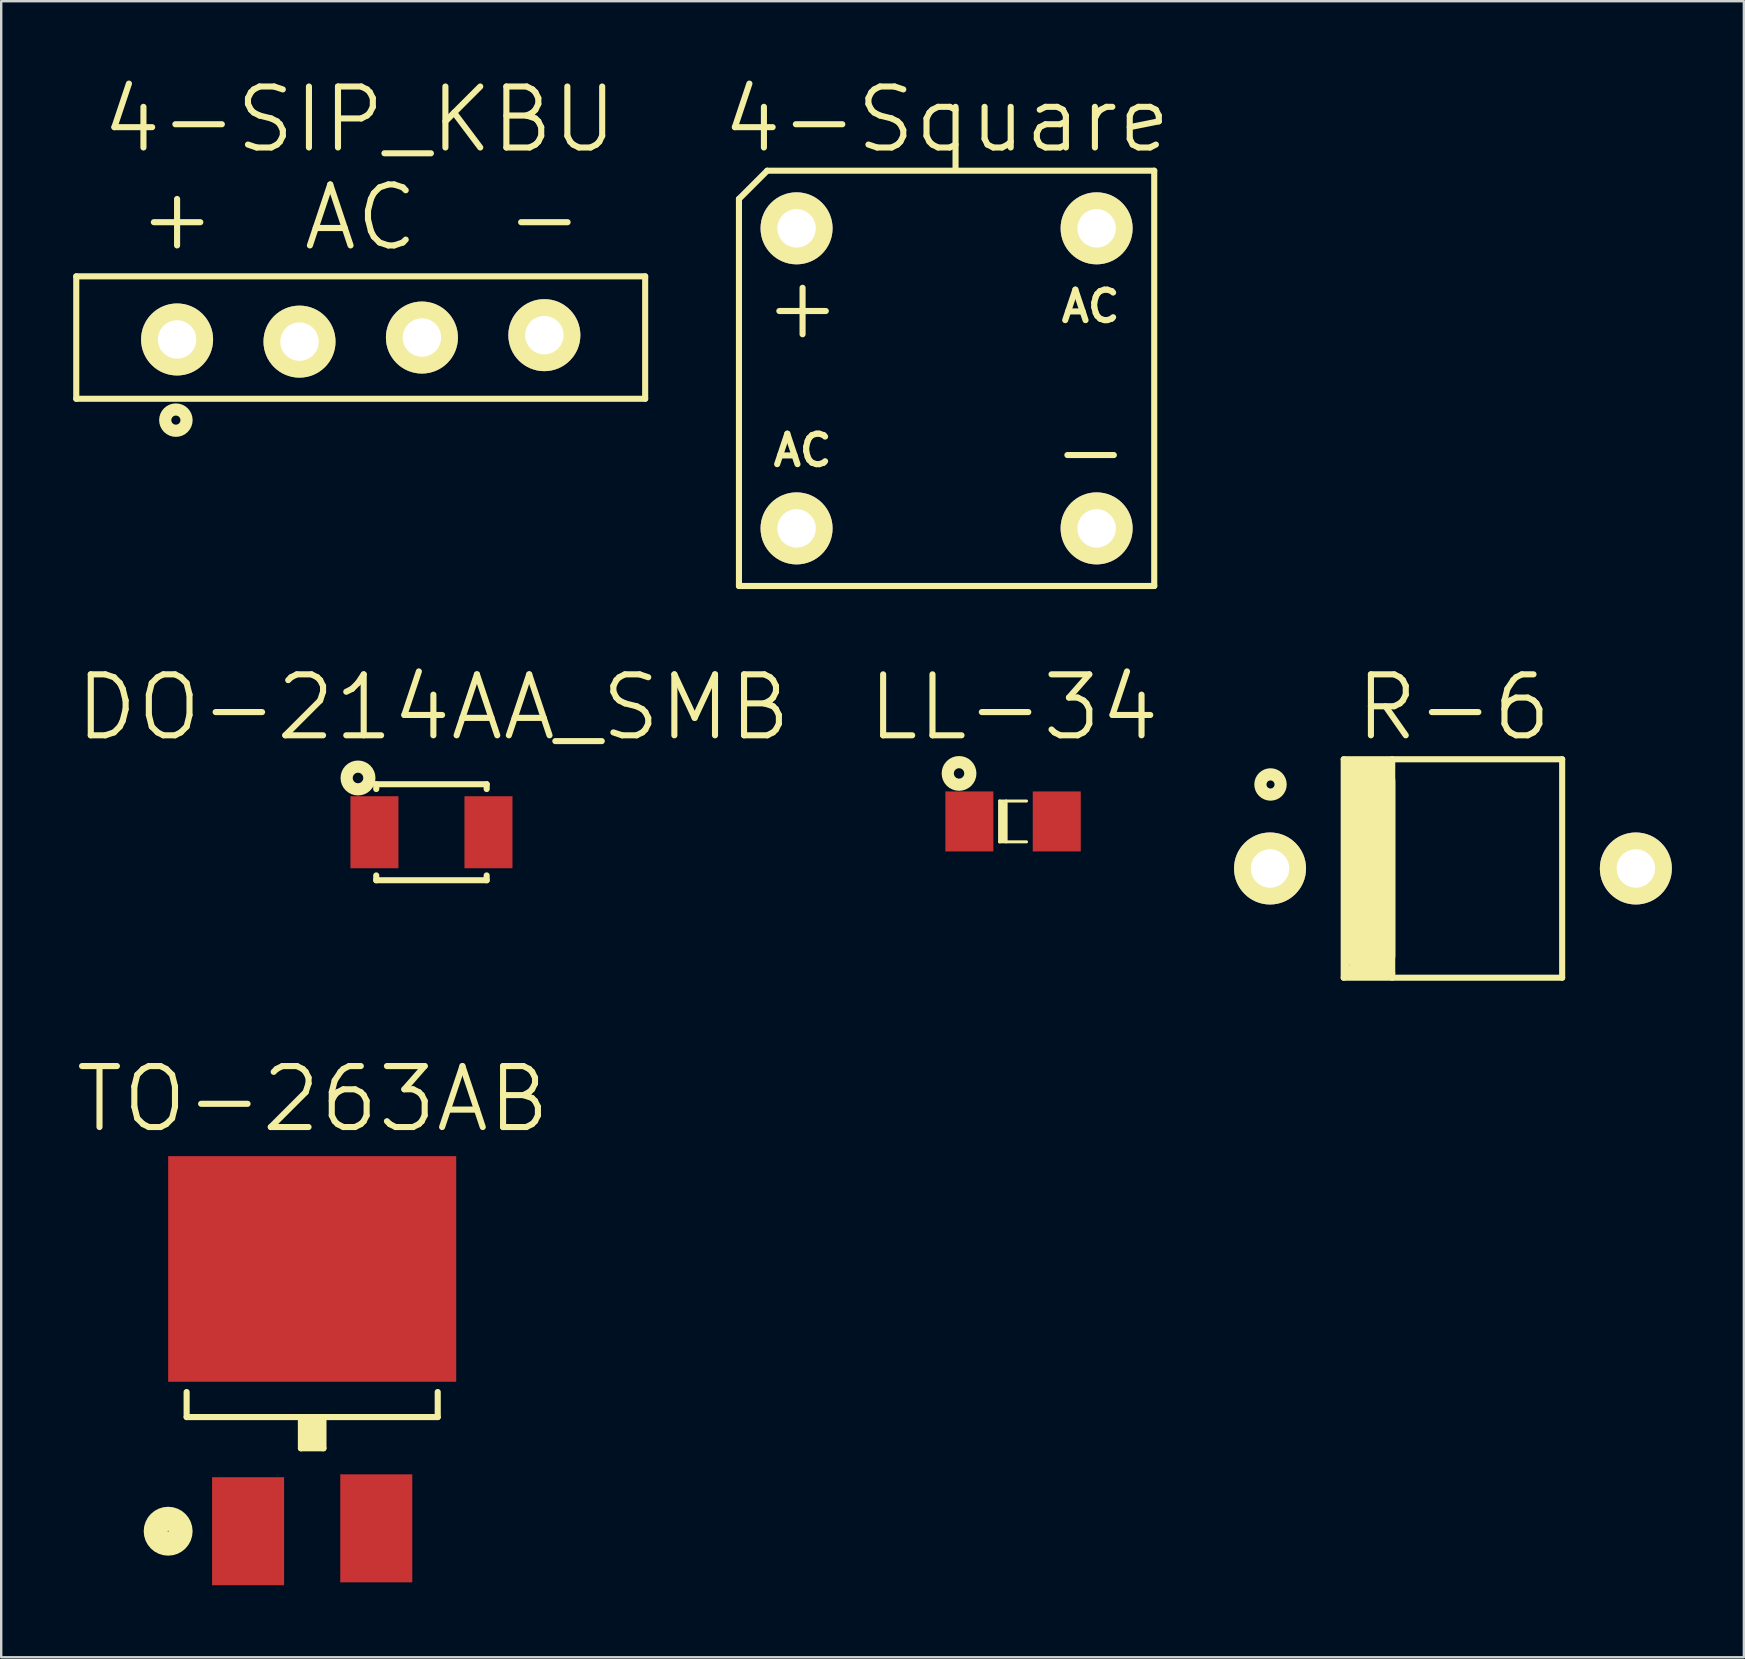
<source format=kicad_pcb>
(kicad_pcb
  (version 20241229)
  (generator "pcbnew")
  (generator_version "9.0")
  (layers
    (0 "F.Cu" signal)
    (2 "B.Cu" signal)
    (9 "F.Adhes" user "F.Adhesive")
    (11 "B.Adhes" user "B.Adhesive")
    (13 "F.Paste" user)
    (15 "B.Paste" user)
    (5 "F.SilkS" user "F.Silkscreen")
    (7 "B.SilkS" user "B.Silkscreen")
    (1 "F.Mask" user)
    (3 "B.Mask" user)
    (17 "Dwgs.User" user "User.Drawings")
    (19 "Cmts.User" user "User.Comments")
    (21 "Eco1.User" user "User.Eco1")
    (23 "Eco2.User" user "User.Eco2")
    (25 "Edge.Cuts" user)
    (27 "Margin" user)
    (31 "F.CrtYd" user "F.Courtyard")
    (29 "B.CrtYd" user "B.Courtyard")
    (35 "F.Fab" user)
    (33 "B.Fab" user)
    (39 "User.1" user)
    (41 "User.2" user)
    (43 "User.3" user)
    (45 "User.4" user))
  (footprint "4-Square"
    (layer "F.Cu")
    (at 36.384 12.712)
    (property "Reference" "4-Square" (at 0.01 -10.78 0) (layer "F.SilkS") (effects (font (size 2.54 2.54) (thickness 0.254))))
    (attr through_hole)
    (fp_line (start -8.65 -7.474) (end -7.474 -8.65) (stroke (width 0.254) (type solid)) (layer "F.SilkS"))
    (fp_line (start -8.65 8.65) (end -8.65 -7.474) (stroke (width 0.254) (type solid)) (layer "F.SilkS"))
    (fp_line (start -8.65 8.65) (end 8.65 8.65) (stroke (width 0.254) (type solid)) (layer "F.SilkS"))
    (fp_line (start -7.474 -8.65) (end 8.65 -8.65) (stroke (width 0.254) (type solid)) (layer "F.SilkS"))
    (fp_line (start 8.65 8.65) (end 8.65 -8.65) (stroke (width 0.254) (type solid)) (layer "F.SilkS"))
    (fp_text user "+" (at -6 -3 0) (layer "F.SilkS") (effects (font (size 2.54 2.54) (thickness 0.254))))
    (fp_text user "-" (at 6 3 0) (layer "F.SilkS") (effects (font (size 2.54 2.54) (thickness 0.254))))
    (fp_text user "AC" (at -6 3 0) (layer "F.SilkS") (effects (font (size 1.27 1.27) (thickness 0.254))))
    (fp_text user "AC" (at 6 -3 0) (layer "F.SilkS") (effects (font (size 1.27 1.27) (thickness 0.254))))
    (pad "1" thru_hole circle (at -6.25 -6.25) (size 3 3) (drill 1.6) (layers "*.Cu" "*.Mask" "F.SilkS"))
    (pad "2" thru_hole circle (at -6.25 6.25) (size 3 3) (drill 1.6) (layers "*.Cu" "*.Mask" "F.SilkS"))
    (pad "3" thru_hole circle (at 6.25 6.25) (size 3 3) (drill 1.6) (layers "*.Cu" "*.Mask" "F.SilkS"))
    (pad "4" thru_hole circle (at 6.25 -6.25) (size 3 3) (drill 1.6) (layers "*.Cu" "*.Mask" "F.SilkS")))
  (footprint "4-SIP_KBU"
    (layer "F.Cu")
    (at 11.977 11.012)
    (property "Reference" "4-SIP_KBU" (at -0.04 -9.08 0) (layer "F.SilkS") (effects (font (size 2.54 2.54) (thickness 0.254))))
    (attr through_hole)
    (fp_line (start -11.85 -2.55) (end -11.85 2.55) (stroke (width 0.254) (type solid)) (layer "F.SilkS"))
    (fp_line (start -11.85 2.55) (end 11.85 2.55) (stroke (width 0.254) (type solid)) (layer "F.SilkS"))
    (fp_line (start 11.85 -2.55) (end -11.85 -2.55) (stroke (width 0.254) (type solid)) (layer "F.SilkS"))
    (fp_line (start 11.85 2.55) (end 11.85 -2.55) (stroke (width 0.254) (type solid)) (layer "F.SilkS"))
    (fp_circle (center -7.7 3.44) (end -7.51 3.44) (stroke (width 0.508) (type solid)) (fill no) (layer "F.SilkS"))
    (fp_text user "-" (at 7.65 -5 0) (layer "F.SilkS") (effects (font (size 2.54 2.54) (thickness 0.254))))
    (fp_text user "AC" (at 0 -5 0) (layer "F.SilkS") (effects (font (size 2.54 2.54) (thickness 0.254))))
    (fp_text user "+" (at -7.65 -5 0) (layer "F.SilkS") (effects (font (size 2.54 2.54) (thickness 0.254))))
    (pad "1" thru_hole circle (at -7.65 0.08) (size 3 3) (drill 1.6) (layers "*.Cu" "*.Mask" "F.SilkS"))
    (pad "2" thru_hole circle (at -2.55 0.17) (size 3 3) (drill 1.6) (layers "*.Cu" "*.Mask" "F.SilkS"))
    (pad "3" thru_hole circle (at 2.55 0) (size 3 3) (drill 1.6) (layers "*.Cu" "*.Mask" "F.SilkS"))
    (pad "4" thru_hole circle (at 7.65 -0.1) (size 3 3) (drill 1.6) (layers "*.Cu" "*.Mask" "F.SilkS")))
  (footprint "TO-263AB"
    (layer "F.Cu")
    (at 9.955 60.739)
    (property "Reference" "TO-263AB" (at 0.03 -18 0) (layer "F.SilkS") (effects (font (size 2.54 2.54) (thickness 0.254))))
    (attr through_hole)
    (fp_line (start -5.23 -4.755) (end -5.23 -5.8) (stroke (width 0.254) (type solid)) (layer "F.SilkS"))
    (fp_line (start -5.23 -4.755) (end 5.23 -4.755) (stroke (width 0.254) (type solid)) (layer "F.SilkS"))
    (fp_line (start -0.47 -4.755) (end -0.47 -3.455) (stroke (width 0.254) (type solid)) (layer "F.SilkS"))
    (fp_line (start -0.47 -3.455) (end 0.47 -3.455) (stroke (width 0.254) (type solid)) (layer "F.SilkS"))
    (fp_line (start -0.37 -4.46) (end 0.3 -4.48) (stroke (width 0.254) (type solid)) (layer "F.SilkS"))
    (fp_line (start -0.37 -3.61) (end 0.37 -3.6) (stroke (width 0.254) (type solid)) (layer "F.SilkS"))
    (fp_line (start -0.35 -4.15) (end 0.37 -4.15) (stroke (width 0.254) (type solid)) (layer "F.SilkS"))
    (fp_line (start -0.34 -3.96) (end 0.36 -3.99) (stroke (width 0.254) (type solid)) (layer "F.SilkS"))
    (fp_line (start -0.33 -4.58) (end 0.33 -4.59) (stroke (width 0.254) (type solid)) (layer "F.SilkS"))
    (fp_line (start -0.33 -4.3) (end 0.36 -4.31) (stroke (width 0.254) (type solid)) (layer "F.SilkS"))
    (fp_line (start -0.33 -3.76) (end 0.36 -3.81) (stroke (width 0.254) (type solid)) (layer "F.SilkS"))
    (fp_line (start 0.3 -4.48) (end -0.33 -4.58) (stroke (width 0.254) (type solid)) (layer "F.SilkS"))
    (fp_line (start 0.36 -4.31) (end -0.37 -4.46) (stroke (width 0.254) (type solid)) (layer "F.SilkS"))
    (fp_line (start 0.36 -3.99) (end -0.35 -4.15) (stroke (width 0.254) (type solid)) (layer "F.SilkS"))
    (fp_line (start 0.36 -3.81) (end -0.34 -3.96) (stroke (width 0.254) (type solid)) (layer "F.SilkS"))
    (fp_line (start 0.37 -4.15) (end -0.33 -4.3) (stroke (width 0.254) (type solid)) (layer "F.SilkS"))
    (fp_line (start 0.37 -3.6) (end -0.33 -3.76) (stroke (width 0.254) (type solid)) (layer "F.SilkS"))
    (fp_line (start 0.47 -4.755) (end 0.47 -3.455) (stroke (width 0.254) (type solid)) (layer "F.SilkS"))
    (fp_line (start 5.23 -4.755) (end 5.23 -5.8) (stroke (width 0.254) (type solid)) (layer "F.SilkS"))
    (fp_circle (center -6 0) (end -5.67 -0.4) (stroke (width 1) (type solid)) (fill no) (layer "F.SilkS"))
    (pad "1" smd rect (at -2.67 0) (size 3 4.5) (layers "F.Cu" "F.Mask" "F.Paste"))
    (pad "2" smd rect (at 2.67 -0.12) (size 3 4.5) (layers "F.Cu" "F.Mask" "F.Paste"))
    (pad "3" smd rect (at 0 -10.925) (size 12 9.4) (layers "F.Cu" "F.Mask" "F.Paste")))
  (footprint "DO-214AA_SMB"
    (layer "F.Cu")
    (at 14.924 31.62)
    (property "Reference" "DO-214AA_SMB" (at 0.08 -5.2 0) (layer "F.SilkS") (effects (font (size 2.54 2.54) (thickness 0.254))))
    (attr through_hole)
    (fp_line (start -2.3 -2) (end -2.3 -1.8) (stroke (width 0.254) (type solid)) (layer "F.SilkS"))
    (fp_line (start -2.3 2) (end -2.3 1.8) (stroke (width 0.254) (type solid)) (layer "F.SilkS"))
    (fp_line (start -2.3 2) (end 2.3 2) (stroke (width 0.254) (type solid)) (layer "F.SilkS"))
    (fp_line (start 2.3 -2) (end -2.3 -2) (stroke (width 0.254) (type solid)) (layer "F.SilkS"))
    (fp_line (start 2.3 -2) (end 2.3 -1.8) (stroke (width 0.254) (type solid)) (layer "F.SilkS"))
    (fp_line (start 2.3 2) (end 2.3 1.8) (stroke (width 0.254) (type solid)) (layer "F.SilkS"))
    (fp_circle (center -3.06 -2.26) (end -2.87 -2.37) (stroke (width 0.508) (type solid)) (fill no) (layer "F.SilkS"))
    (pad "1" smd rect (at -2.375 0) (size 2 3) (layers "F.Cu" "F.Mask" "F.Paste"))
    (pad "2" smd rect (at 2.375 0) (size 2 3) (layers "F.Cu" "F.Mask" "F.Paste")))
  (footprint "LL-34"
    (layer "F.Cu")
    (at 39.153 31.17)
    (property "Reference" "LL-34" (at 0.03 -4.75 0) (layer "F.SilkS") (effects (font (size 2.54 2.54) (thickness 0.254))))
    (attr through_hole)
    (fp_line (start -0.56 0.85) (end -0.56 -0.85) (stroke (width 0.127) (type solid)) (layer "F.SilkS"))
    (fp_line (start -0.56 0.85) (end 0.56 0.85) (stroke (width 0.127) (type solid)) (layer "F.SilkS"))
    (fp_line (start -0.45 -0.71) (end -0.45 0.75) (stroke (width 0.254) (type solid)) (layer "F.SilkS"))
    (fp_line (start -0.29 -0.85) (end -0.29 0.85) (stroke (width 0.127) (type solid)) (layer "F.SilkS"))
    (fp_line (start 0.56 -0.85) (end -0.56 -0.85) (stroke (width 0.127) (type solid)) (layer "F.SilkS"))
    (fp_circle (center -2.25 -2) (end -2.43 -2.12) (stroke (width 0.508) (type solid)) (fill no) (layer "F.SilkS"))
    (pad "1" smd rect (at -1.82 0) (size 2 2.5) (layers "F.Cu" "F.Mask" "F.Paste"))
    (pad "2" smd rect (at 1.82 0) (size 2 2.5) (layers "F.Cu" "F.Mask" "F.Paste")))
  (footprint "R-6"
    (layer "F.Cu")
    (at 57.478 33.13)
    (property "Reference" "R-6" (at 0.03 -6.71 0) (layer "F.SilkS") (effects (font (size 2.54 2.54) (thickness 0.254))))
    (attr through_hole)
    (fp_line (start -4.55 -4.55) (end 4.55 -4.55) (stroke (width 0.254) (type solid)) (layer "F.SilkS"))
    (fp_line (start -4.55 4.55) (end -4.55 -4.55) (stroke (width 0.254) (type solid)) (layer "F.SilkS"))
    (fp_line (start -4.55 4.55) (end 4.55 4.55) (stroke (width 0.254) (type solid)) (layer "F.SilkS"))
    (fp_line (start -4.43 4.18) (end -4.41 3.81) (stroke (width 0.254) (type solid)) (layer "F.SilkS"))
    (fp_line (start -4.41 3.81) (end -4.4 -4.38) (stroke (width 0.254) (type solid)) (layer "F.SilkS"))
    (fp_line (start -4.4 -4.38) (end -2.62 -4.37) (stroke (width 0.254) (type solid)) (layer "F.SilkS"))
    (fp_line (start -4.26 -4.14) (end -4.27 -4) (stroke (width 0.254) (type solid)) (layer "F.SilkS"))
    (fp_line (start -4.12 4.18) (end -4.43 4.18) (stroke (width 0.254) (type solid)) (layer "F.SilkS"))
    (fp_line (start -3.4 -3.6) (end -3.4 3.6) (stroke (width 2) (type solid)) (layer "F.SilkS"))
    (fp_line (start -2.62 -4.37) (end -4.26 -4.22) (stroke (width 0.254) (type solid)) (layer "F.SilkS"))
    (fp_line (start -2.53 4.35) (end -4.49 4.35) (stroke (width 0.254) (type solid)) (layer "F.SilkS"))
    (fp_line (start -2.53 4.55) (end -2.53 -4.55) (stroke (width 0.254) (type solid)) (layer "F.SilkS"))
    (fp_line (start 4.55 4.55) (end 4.55 -4.55) (stroke (width 0.254) (type solid)) (layer "F.SilkS"))
    (fp_circle (center -7.6 -3.5) (end -7.44 -3.55) (stroke (width 0.508) (type solid)) (fill no) (layer "F.SilkS"))
    (pad "1" thru_hole circle (at -7.62 0) (size 3 3) (drill 1.6) (layers "*.Cu" "*.Mask" "F.SilkS"))
    (pad "2" thru_hole circle (at 7.62 0) (size 3 3) (drill 1.6) (layers "*.Cu" "*.Mask" "F.SilkS")))
  (gr_rect
    (start -3 -3)
    (end 69.598 65.989)
    (stroke (width 0.1) (type default))
    (fill no)
    (layer "Edge.Cuts")))
</source>
